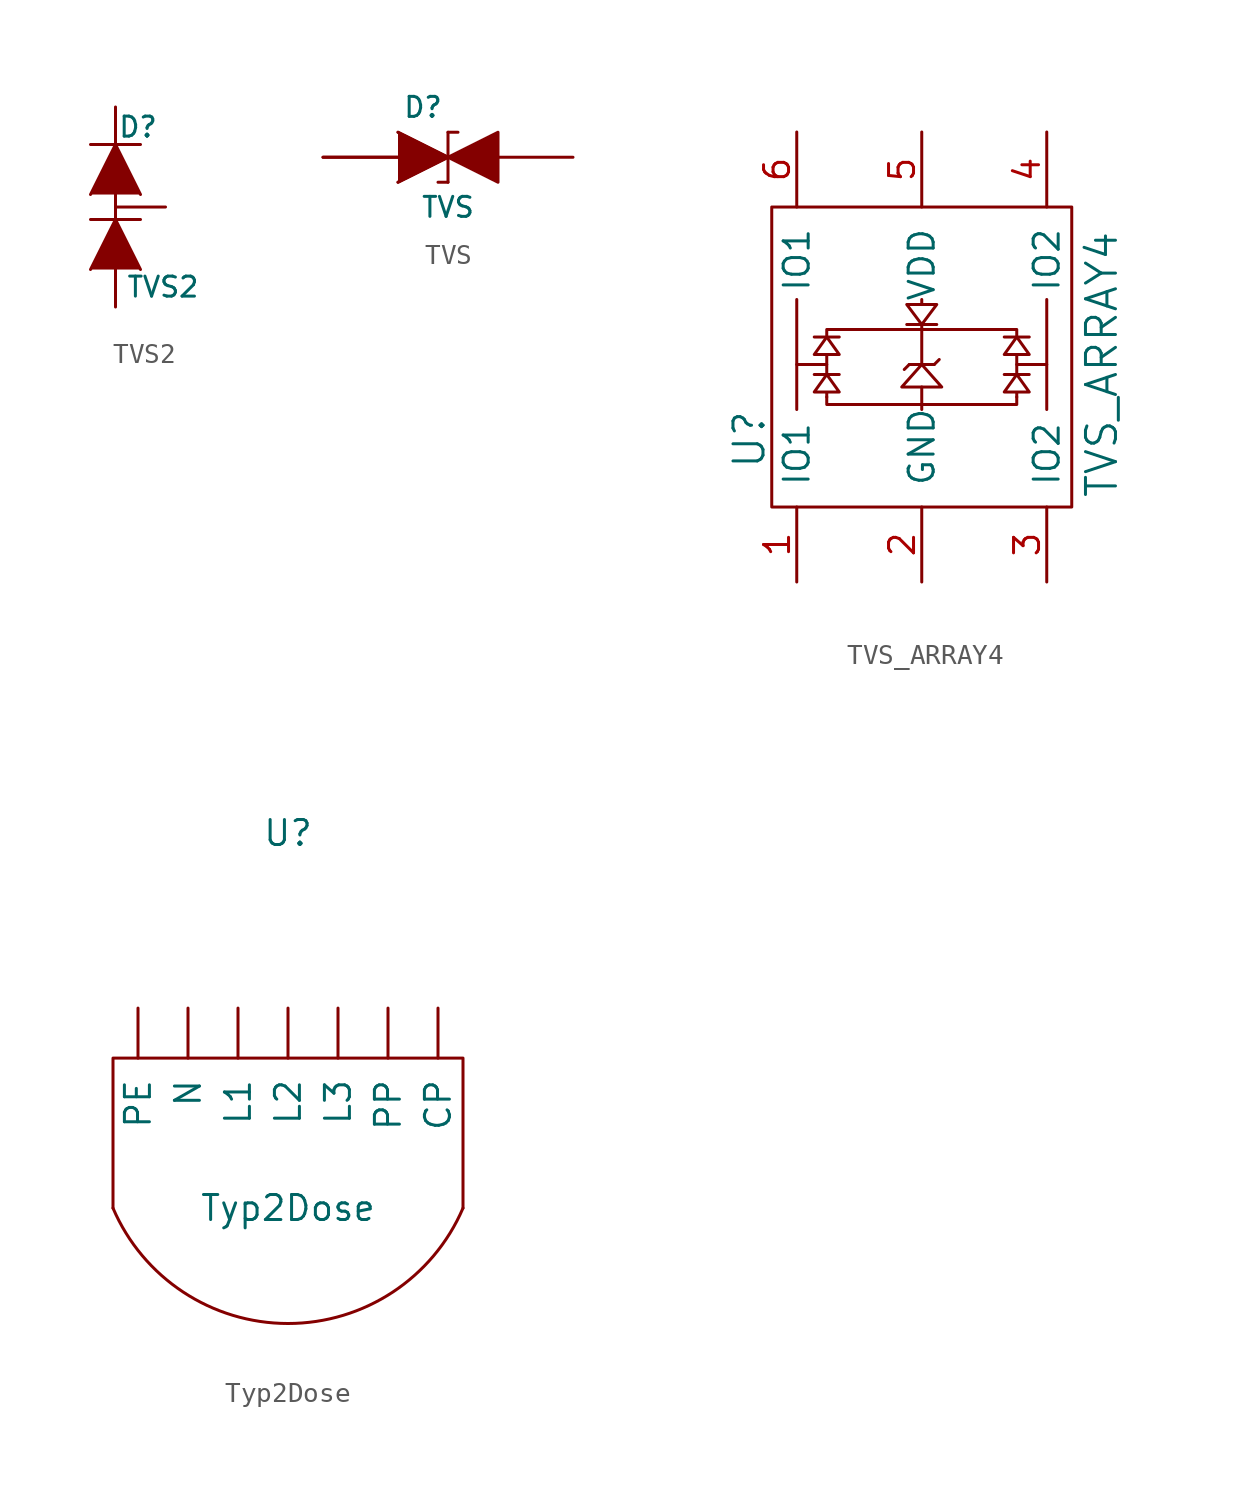
<source format=kicad_sym>
(kicad_symbol_lib
  (version 20210619)
  (generator kicad_symbol_editor)
  (symbol "tinkerforge:TVS2"
    (pin_numbers hide)
    (pin_names
      (offset 1.016) hide)
    (property "Reference" "D"
      (at 1.143 4.064 0)
      (effects (font (size 1.016 1.016))))
    (property "Value" "TVS2"
      (at 2.413 -4.064 0)
      (effects (font (size 1.016 1.016))))
    (property "Footprint" ""
      (at 0 1.905 90)
      (effects (font (size 1.524 1.524))))
    (property "Datasheet" ""
      (at 0 1.905 90)
      (effects (font (size 1.524 1.524))))
    (symbol "TVS2_0_1"
      (polyline (pts (xy -1.27 -0.635) (xy 1.27 -0.635)) (stroke (width 0.152)) (fill (type none)))
      (polyline (pts (xy -1.27 3.175) (xy 1.27 3.175)) (stroke (width 0.152)) (fill (type none)))
      (polyline (pts (xy 0 -0.635) (xy 0 0.635)) (stroke (width 0)) (fill (type none)))
      (polyline (pts (xy -1.27 -3.175) (xy 0 -0.635) (xy 1.27 -3.175)) (stroke (width 0)) (fill (type outline)))
      (polyline (pts (xy -1.27 0.635) (xy 0 3.175) (xy 1.27 0.635)) (stroke (width 0)) (fill (type outline))))
    (symbol "TVS2_1_1"
      (pin passive line (at 0 -5.08 90) (length 2.54) (name "A" (effects (font (size 1.016 1.016)))) (number "1" (effects (font (size 1.016 1.016)))))
      (pin passive line (at 0 5.08 270) (length 2.54) (name "K" (effects (font (size 1.016 1.016)))) (number "2" (effects (font (size 1.016 1.016)))))
      (pin passive line (at 2.54 0 180) (length 2.54) (name "K" (effects (font (size 1.016 1.016)))) (number "3" (effects (font (size 1.016 1.016)))))))
  (symbol "tinkerforge:TVS"
    (pin_numbers hide)
    (pin_names
      (offset 1.016) hide)
    (property "Reference" "D"
      (at -1.27 2.54 0)
      (effects (font (size 1.016 1.016))))
    (property "Value" "TVS"
      (at 0 -2.54 0)
      (effects (font (size 1.016 1.016))))
    (property "Footprint" ""
      (at 0 0 0)
      (effects (font (size 1.524 1.524))))
    (property "Datasheet" ""
      (at 0 0 0)
      (effects (font (size 1.524 1.524))))
    (symbol "TVS_0_1"
      (polyline (pts (xy 0 -1.27) (xy -0.508 -1.27)) (stroke (width 0)) (fill (type none)))
      (polyline (pts (xy 0 1.27) (xy 0 -1.27)) (stroke (width 0.152)) (fill (type none)))
      (polyline (pts (xy 0 1.27) (xy 0.508 1.27)) (stroke (width 0)) (fill (type none)))
      (polyline (pts (xy -2.54 1.27) (xy 0 0) (xy -2.54 -1.27)) (stroke (width 0)) (fill (type outline)))
      (polyline (pts (xy -2.54 1.27) (xy 0 0) (xy -2.54 -1.27)) (stroke (width 0)) (fill (type outline)))
      (polyline (pts (xy 0 0) (xy 2.54 1.27) (xy 2.54 -1.27) (xy 0 0)) (stroke (width 0)) (fill (type outline))))
    (symbol "TVS_1_1"
      (pin passive line (at -6.35 0 0) (length 3.81) (name "A" (effects (font (size 1.016 1.016)))) (number "1" (effects (font (size 1.016 1.016)))))
      (pin passive line (at -6.35 0 0) (length 3.81) (name "A" (effects (font (size 1.016 1.016)))) (number "1" (effects (font (size 1.016 1.016)))))
      (pin passive line (at 6.35 0 180) (length 3.81) (name "K" (effects (font (size 1.016 1.016)))) (number "2" (effects (font (size 1.016 1.016)))))))
  (symbol "tinkerforge:TVS_ARRAY4"
    (pin_names
      (offset 1.016))
    (property "Reference" "U"
      (at -8.763 -4.191 90)
      (effects (font (size 1.524 1.524))))
    (property "Value" "TVS_ARRAY4"
      (at 9.144 -0.381 90)
      (effects (font (size 1.524 1.524))))
    (property "Footprint" ""
      (at 0 -0.381 0)
      (effects (font (size 1.524 1.524))))
    (property "Datasheet" ""
      (at 0 -0.381 0)
      (effects (font (size 1.524 1.524))))
    (symbol "TVS_ARRAY4_0_1"
      (rectangle (start -7.62 7.62) (end 7.62 -7.62) (stroke (width 0)) (fill (type none)))
      (polyline (pts (xy -6.35 2.921) (xy -6.35 -2.667)) (stroke (width 0)) (fill (type none)))
      (polyline (pts (xy -5.461 -0.889) (xy -4.191 -0.889)) (stroke (width 0)) (fill (type none)))
      (polyline (pts (xy -5.461 1.016) (xy -4.191 1.016)) (stroke (width 0)) (fill (type none)))
      (polyline (pts (xy -4.826 -0.381) (xy -6.35 -0.381)) (stroke (width 0)) (fill (type none)))
      (polyline (pts (xy -0.762 1.651) (xy 0.762 1.651)) (stroke (width 0)) (fill (type none)))
      (polyline (pts (xy -0.635 -0.381) (xy -0.889 -0.635)) (stroke (width 0)) (fill (type none)))
      (polyline (pts (xy -0.635 -0.381) (xy 0.635 -0.381)) (stroke (width 0)) (fill (type none)))
      (polyline (pts (xy 0 -1.524) (xy 0 -2.667)) (stroke (width 0)) (fill (type none)))
      (polyline (pts (xy 0 2.921) (xy 0 2.667)) (stroke (width 0)) (fill (type none)))
      (polyline (pts (xy 0.635 -0.381) (xy 0.889 -0.127)) (stroke (width 0)) (fill (type none)))
      (polyline (pts (xy 4.191 -0.889) (xy 5.461 -0.889)) (stroke (width 0)) (fill (type none)))
      (polyline (pts (xy 4.191 1.016) (xy 5.461 1.016)) (stroke (width 0)) (fill (type none)))
      (polyline (pts (xy 4.826 -0.381) (xy 6.35 -0.381)) (stroke (width 0)) (fill (type none)))
      (polyline (pts (xy 6.35 2.921) (xy 6.35 -2.667)) (stroke (width 0)) (fill (type none)))
      (polyline (pts (xy 0 -2.413) (xy -4.826 -2.413) (xy -4.826 -2.032)) (stroke (width 0)) (fill (type none)))
      (polyline (pts (xy 0 -2.413) (xy 4.826 -2.413) (xy 4.826 -2.032)) (stroke (width 0)) (fill (type none)))
      (polyline (pts (xy 0 1.397) (xy -4.826 1.397) (xy -4.826 1.016)) (stroke (width 0)) (fill (type none)))
      (polyline (pts (xy 0 1.397) (xy 4.826 1.397) (xy 4.826 1.016)) (stroke (width 0)) (fill (type none)))
      (polyline (pts (xy 0 1.651) (xy 0 -0.381) (xy -1.016 -1.524) (xy 1.016 -1.524) (xy 0 -0.381)) (stroke (width 0)) (fill (type none)))
      (polyline (pts (xy 0 2.667) (xy -0.762 2.667) (xy 0 1.651) (xy 0.762 2.667) (xy 0 2.667)) (stroke (width 0)) (fill (type none)))
      (polyline (pts (xy -4.826 -2.032) (xy -4.826 -1.778) (xy -5.461 -1.778) (xy -4.826 -0.889) (xy -4.191 -1.778) (xy -4.826 -1.778)) (stroke (width 0)) (fill (type none)))
      (polyline (pts (xy -4.826 -0.889) (xy -4.826 0.127) (xy -5.461 0.127) (xy -4.826 1.016) (xy -4.191 0.127) (xy -4.826 0.127)) (stroke (width 0)) (fill (type none)))
      (polyline (pts (xy 4.826 -2.032) (xy 4.826 -1.778) (xy 4.191 -1.778) (xy 4.826 -0.889) (xy 5.461 -1.778) (xy 4.826 -1.778)) (stroke (width 0)) (fill (type none)))
      (polyline (pts (xy 4.826 -0.889) (xy 4.826 0.127) (xy 4.191 0.127) (xy 4.826 1.016) (xy 5.461 0.127) (xy 4.826 0.127)) (stroke (width 0)) (fill (type none))))
    (symbol "TVS_ARRAY4_1_1"
      (pin passive line (at -6.35 -11.43 90) (length 3.81) (name "IO1" (effects (font (size 1.27 1.27)))) (number "1" (effects (font (size 1.27 1.27)))))
      (pin passive line (at 0 -11.43 90) (length 3.81) (name "GND" (effects (font (size 1.27 1.27)))) (number "2" (effects (font (size 1.27 1.27)))))
      (pin passive line (at 6.35 -11.43 90) (length 3.81) (name "IO2" (effects (font (size 1.27 1.27)))) (number "3" (effects (font (size 1.27 1.27)))))
      (pin passive line (at 6.35 11.43 270) (length 3.81) (name "IO2" (effects (font (size 1.27 1.27)))) (number "4" (effects (font (size 1.27 1.27)))))
      (pin passive line (at 0 11.43 270) (length 3.81) (name "VDD" (effects (font (size 1.27 1.27)))) (number "5" (effects (font (size 1.27 1.27)))))
      (pin passive line (at -6.35 11.43 270) (length 3.81) (name "IO1" (effects (font (size 1.27 1.27)))) (number "6" (effects (font (size 1.27 1.27)))))))
  (symbol "tinkerforge:Typ2Dose"
    (pin_names
      (offset 1.016))
    (property "Reference" "U"
      (at 0 16.51 0)
      (effects (font (size 1.27 1.27))))
    (property "Value" "Typ2Dose"
      (at 0 -2.54 0)
      (effects (font (size 1.27 1.27))))
    (symbol "Typ2Dose_0_1"
      (arc (start 8.89 -2.54) (end -8.89 -2.54) (radius (at 0 1.27) (length 9.6774) (angles -23.2 -156.8)) (stroke (width 0)) (fill (type none)))
      (polyline (pts (xy 8.89 -2.54) (xy 8.89 5.08) (xy -8.89 5.08) (xy -8.89 -2.54)) (stroke (width 0)) (fill (type none))))
    (symbol "Typ2Dose_1_1"
      (pin output line (at 7.62 7.62 270) (length 2.54) (name "CP" (effects (font (size 1.27 1.27)))) (number "~" (effects (font (size 1.27 1.27)))))
      (pin output line (at -2.54 7.62 270) (length 2.54) (name "L1" (effects (font (size 1.27 1.27)))) (number "~" (effects (font (size 1.27 1.27)))))
      (pin output line (at 0 7.62 270) (length 2.54) (name "L2" (effects (font (size 1.27 1.27)))) (number "~" (effects (font (size 1.27 1.27)))))
      (pin output line (at 2.54 7.62 270) (length 2.54) (name "L3" (effects (font (size 1.27 1.27)))) (number "~" (effects (font (size 1.27 1.27)))))
      (pin output line (at -5.08 7.62 270) (length 2.54) (name "N" (effects (font (size 1.27 1.27)))) (number "~" (effects (font (size 1.27 1.27)))))
      (pin output line (at -7.62 7.62 270) (length 2.54) (name "PE" (effects (font (size 1.27 1.27)))) (number "~" (effects (font (size 1.27 1.27)))))
      (pin output line (at 5.08 7.62 270) (length 2.54) (name "PP" (effects (font (size 1.27 1.27)))) (number "~" (effects (font (size 1.27 1.27))))))))
</source>
